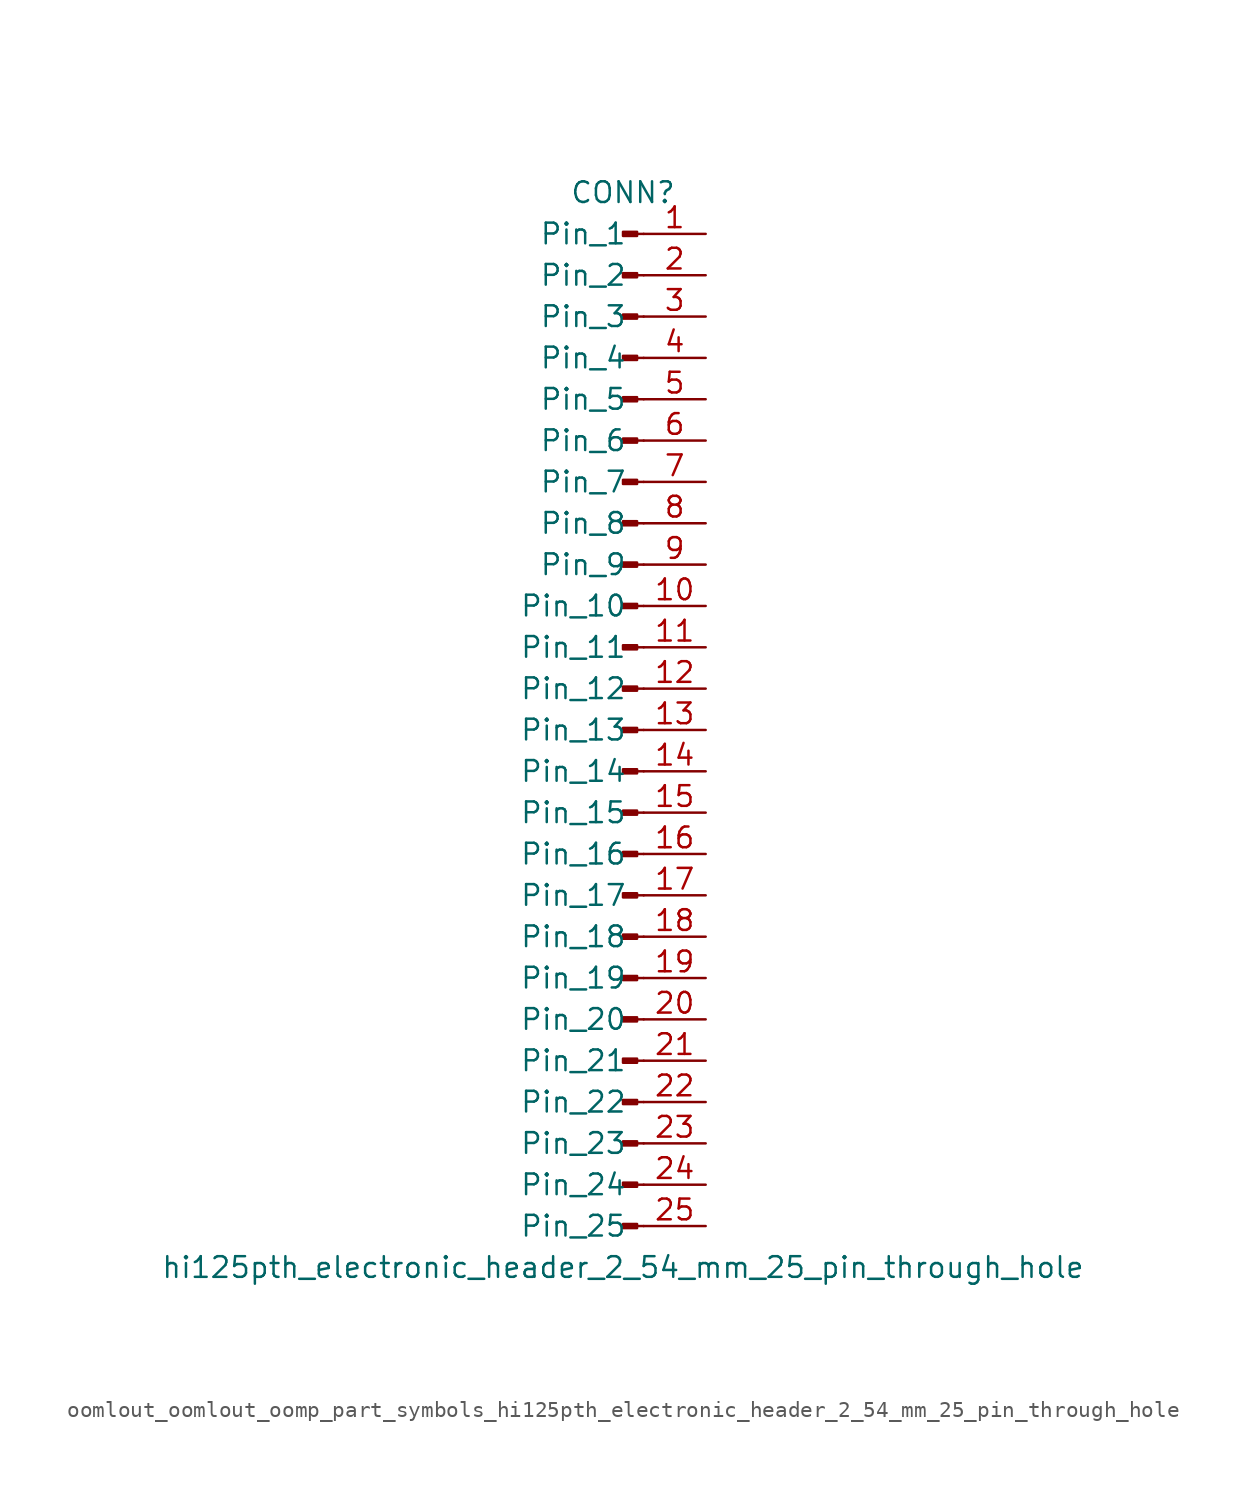
<source format=kicad_sym>
(kicad_symbol_lib
  (version 20220914)
  (generator kicad_symbol_editor)
  (symbol "oomlout_oomlout_oomp_part_symbols_hi125pth_electronic_header_2_54_mm_25_pin_through_hole"
    (pin_names
      (offset 1.016))
    (property "Reference" "CONN"
      (at 0 33.02 0)
      (effects (font (size 1.27 1.27))))
    (property "Value" "hi125pth_electronic_header_2_54_mm_25_pin_through_hole"
      (at 0 -33.02 0)
      (effects (font (size 1.27 1.27))))
    (property "ki_locked" ""
      (at 0 0 0)
      (effects (font (size 1.27 1.27))))
    (symbol "oomlout_oomlout_oomp_part_symbols_hi125pth_electronic_header_2_54_mm_25_pin_through_hole_1_1"
      (polyline (pts (xy 1.27 -30.48) (xy 0.864 -30.48)) (stroke (width 0.152) (type default)) (fill (type none)))
      (polyline (pts (xy 1.27 -27.94) (xy 0.864 -27.94)) (stroke (width 0.152) (type default)) (fill (type none)))
      (polyline (pts (xy 1.27 -25.4) (xy 0.864 -25.4)) (stroke (width 0.152) (type default)) (fill (type none)))
      (polyline (pts (xy 1.27 -22.86) (xy 0.864 -22.86)) (stroke (width 0.152) (type default)) (fill (type none)))
      (polyline (pts (xy 1.27 -20.32) (xy 0.864 -20.32)) (stroke (width 0.152) (type default)) (fill (type none)))
      (polyline (pts (xy 1.27 -17.78) (xy 0.864 -17.78)) (stroke (width 0.152) (type default)) (fill (type none)))
      (polyline (pts (xy 1.27 -15.24) (xy 0.864 -15.24)) (stroke (width 0.152) (type default)) (fill (type none)))
      (polyline (pts (xy 1.27 -12.7) (xy 0.864 -12.7)) (stroke (width 0.152) (type default)) (fill (type none)))
      (polyline (pts (xy 1.27 -10.16) (xy 0.864 -10.16)) (stroke (width 0.152) (type default)) (fill (type none)))
      (polyline (pts (xy 1.27 -7.62) (xy 0.864 -7.62)) (stroke (width 0.152) (type default)) (fill (type none)))
      (polyline (pts (xy 1.27 -5.08) (xy 0.864 -5.08)) (stroke (width 0.152) (type default)) (fill (type none)))
      (polyline (pts (xy 1.27 -2.54) (xy 0.864 -2.54)) (stroke (width 0.152) (type default)) (fill (type none)))
      (polyline (pts (xy 1.27 0) (xy 0.864 0)) (stroke (width 0.152) (type default)) (fill (type none)))
      (polyline (pts (xy 1.27 2.54) (xy 0.864 2.54)) (stroke (width 0.152) (type default)) (fill (type none)))
      (polyline (pts (xy 1.27 5.08) (xy 0.864 5.08)) (stroke (width 0.152) (type default)) (fill (type none)))
      (polyline (pts (xy 1.27 7.62) (xy 0.864 7.62)) (stroke (width 0.152) (type default)) (fill (type none)))
      (polyline (pts (xy 1.27 10.16) (xy 0.864 10.16)) (stroke (width 0.152) (type default)) (fill (type none)))
      (polyline (pts (xy 1.27 12.7) (xy 0.864 12.7)) (stroke (width 0.152) (type default)) (fill (type none)))
      (polyline (pts (xy 1.27 15.24) (xy 0.864 15.24)) (stroke (width 0.152) (type default)) (fill (type none)))
      (polyline (pts (xy 1.27 17.78) (xy 0.864 17.78)) (stroke (width 0.152) (type default)) (fill (type none)))
      (polyline (pts (xy 1.27 20.32) (xy 0.864 20.32)) (stroke (width 0.152) (type default)) (fill (type none)))
      (polyline (pts (xy 1.27 22.86) (xy 0.864 22.86)) (stroke (width 0.152) (type default)) (fill (type none)))
      (polyline (pts (xy 1.27 25.4) (xy 0.864 25.4)) (stroke (width 0.152) (type default)) (fill (type none)))
      (polyline (pts (xy 1.27 27.94) (xy 0.864 27.94)) (stroke (width 0.152) (type default)) (fill (type none)))
      (polyline (pts (xy 1.27 30.48) (xy 0.864 30.48)) (stroke (width 0.152) (type default)) (fill (type none)))
      (rectangle (start 0.864 -30.353) (end 0 -30.607) (stroke (width 0.152) (type default)) (fill (type outline)))
      (rectangle (start 0.864 -27.813) (end 0 -28.067) (stroke (width 0.152) (type default)) (fill (type outline)))
      (rectangle (start 0.864 -25.273) (end 0 -25.527) (stroke (width 0.152) (type default)) (fill (type outline)))
      (rectangle (start 0.864 -22.733) (end 0 -22.987) (stroke (width 0.152) (type default)) (fill (type outline)))
      (rectangle (start 0.864 -20.193) (end 0 -20.447) (stroke (width 0.152) (type default)) (fill (type outline)))
      (rectangle (start 0.864 -17.653) (end 0 -17.907) (stroke (width 0.152) (type default)) (fill (type outline)))
      (rectangle (start 0.864 -15.113) (end 0 -15.367) (stroke (width 0.152) (type default)) (fill (type outline)))
      (rectangle (start 0.864 -12.573) (end 0 -12.827) (stroke (width 0.152) (type default)) (fill (type outline)))
      (rectangle (start 0.864 -10.033) (end 0 -10.287) (stroke (width 0.152) (type default)) (fill (type outline)))
      (rectangle (start 0.864 -7.493) (end 0 -7.747) (stroke (width 0.152) (type default)) (fill (type outline)))
      (rectangle (start 0.864 -4.953) (end 0 -5.207) (stroke (width 0.152) (type default)) (fill (type outline)))
      (rectangle (start 0.864 -2.413) (end 0 -2.667) (stroke (width 0.152) (type default)) (fill (type outline)))
      (rectangle (start 0.864 0.127) (end 0 -0.127) (stroke (width 0.152) (type default)) (fill (type outline)))
      (rectangle (start 0.864 2.667) (end 0 2.413) (stroke (width 0.152) (type default)) (fill (type outline)))
      (rectangle (start 0.864 5.207) (end 0 4.953) (stroke (width 0.152) (type default)) (fill (type outline)))
      (rectangle (start 0.864 7.747) (end 0 7.493) (stroke (width 0.152) (type default)) (fill (type outline)))
      (rectangle (start 0.864 10.287) (end 0 10.033) (stroke (width 0.152) (type default)) (fill (type outline)))
      (rectangle (start 0.864 12.827) (end 0 12.573) (stroke (width 0.152) (type default)) (fill (type outline)))
      (rectangle (start 0.864 15.367) (end 0 15.113) (stroke (width 0.152) (type default)) (fill (type outline)))
      (rectangle (start 0.864 17.907) (end 0 17.653) (stroke (width 0.152) (type default)) (fill (type outline)))
      (rectangle (start 0.864 20.447) (end 0 20.193) (stroke (width 0.152) (type default)) (fill (type outline)))
      (rectangle (start 0.864 22.987) (end 0 22.733) (stroke (width 0.152) (type default)) (fill (type outline)))
      (rectangle (start 0.864 25.527) (end 0 25.273) (stroke (width 0.152) (type default)) (fill (type outline)))
      (rectangle (start 0.864 28.067) (end 0 27.813) (stroke (width 0.152) (type default)) (fill (type outline)))
      (rectangle (start 0.864 30.607) (end 0 30.353) (stroke (width 0.152) (type default)) (fill (type outline)))
      (pin passive line (at 5.08 30.48 180) (length 3.81) (name "Pin_1" (effects (font (size 1.27 1.27)))) (number "1" (effects (font (size 1.27 1.27)))))
      (pin passive line (at 5.08 7.62 180) (length 3.81) (name "Pin_10" (effects (font (size 1.27 1.27)))) (number "10" (effects (font (size 1.27 1.27)))))
      (pin passive line (at 5.08 5.08 180) (length 3.81) (name "Pin_11" (effects (font (size 1.27 1.27)))) (number "11" (effects (font (size 1.27 1.27)))))
      (pin passive line (at 5.08 2.54 180) (length 3.81) (name "Pin_12" (effects (font (size 1.27 1.27)))) (number "12" (effects (font (size 1.27 1.27)))))
      (pin passive line (at 5.08 0 180) (length 3.81) (name "Pin_13" (effects (font (size 1.27 1.27)))) (number "13" (effects (font (size 1.27 1.27)))))
      (pin passive line (at 5.08 -2.54 180) (length 3.81) (name "Pin_14" (effects (font (size 1.27 1.27)))) (number "14" (effects (font (size 1.27 1.27)))))
      (pin passive line (at 5.08 -5.08 180) (length 3.81) (name "Pin_15" (effects (font (size 1.27 1.27)))) (number "15" (effects (font (size 1.27 1.27)))))
      (pin passive line (at 5.08 -7.62 180) (length 3.81) (name "Pin_16" (effects (font (size 1.27 1.27)))) (number "16" (effects (font (size 1.27 1.27)))))
      (pin passive line (at 5.08 -10.16 180) (length 3.81) (name "Pin_17" (effects (font (size 1.27 1.27)))) (number "17" (effects (font (size 1.27 1.27)))))
      (pin passive line (at 5.08 -12.7 180) (length 3.81) (name "Pin_18" (effects (font (size 1.27 1.27)))) (number "18" (effects (font (size 1.27 1.27)))))
      (pin passive line (at 5.08 -15.24 180) (length 3.81) (name "Pin_19" (effects (font (size 1.27 1.27)))) (number "19" (effects (font (size 1.27 1.27)))))
      (pin passive line (at 5.08 27.94 180) (length 3.81) (name "Pin_2" (effects (font (size 1.27 1.27)))) (number "2" (effects (font (size 1.27 1.27)))))
      (pin passive line (at 5.08 -17.78 180) (length 3.81) (name "Pin_20" (effects (font (size 1.27 1.27)))) (number "20" (effects (font (size 1.27 1.27)))))
      (pin passive line (at 5.08 -20.32 180) (length 3.81) (name "Pin_21" (effects (font (size 1.27 1.27)))) (number "21" (effects (font (size 1.27 1.27)))))
      (pin passive line (at 5.08 -22.86 180) (length 3.81) (name "Pin_22" (effects (font (size 1.27 1.27)))) (number "22" (effects (font (size 1.27 1.27)))))
      (pin passive line (at 5.08 -25.4 180) (length 3.81) (name "Pin_23" (effects (font (size 1.27 1.27)))) (number "23" (effects (font (size 1.27 1.27)))))
      (pin passive line (at 5.08 -27.94 180) (length 3.81) (name "Pin_24" (effects (font (size 1.27 1.27)))) (number "24" (effects (font (size 1.27 1.27)))))
      (pin passive line (at 5.08 -30.48 180) (length 3.81) (name "Pin_25" (effects (font (size 1.27 1.27)))) (number "25" (effects (font (size 1.27 1.27)))))
      (pin passive line (at 5.08 25.4 180) (length 3.81) (name "Pin_3" (effects (font (size 1.27 1.27)))) (number "3" (effects (font (size 1.27 1.27)))))
      (pin passive line (at 5.08 22.86 180) (length 3.81) (name "Pin_4" (effects (font (size 1.27 1.27)))) (number "4" (effects (font (size 1.27 1.27)))))
      (pin passive line (at 5.08 20.32 180) (length 3.81) (name "Pin_5" (effects (font (size 1.27 1.27)))) (number "5" (effects (font (size 1.27 1.27)))))
      (pin passive line (at 5.08 17.78 180) (length 3.81) (name "Pin_6" (effects (font (size 1.27 1.27)))) (number "6" (effects (font (size 1.27 1.27)))))
      (pin passive line (at 5.08 15.24 180) (length 3.81) (name "Pin_7" (effects (font (size 1.27 1.27)))) (number "7" (effects (font (size 1.27 1.27)))))
      (pin passive line (at 5.08 12.7 180) (length 3.81) (name "Pin_8" (effects (font (size 1.27 1.27)))) (number "8" (effects (font (size 1.27 1.27)))))
      (pin passive line (at 5.08 10.16 180) (length 3.81) (name "Pin_9" (effects (font (size 1.27 1.27)))) (number "9" (effects (font (size 1.27 1.27))))))))
</source>
